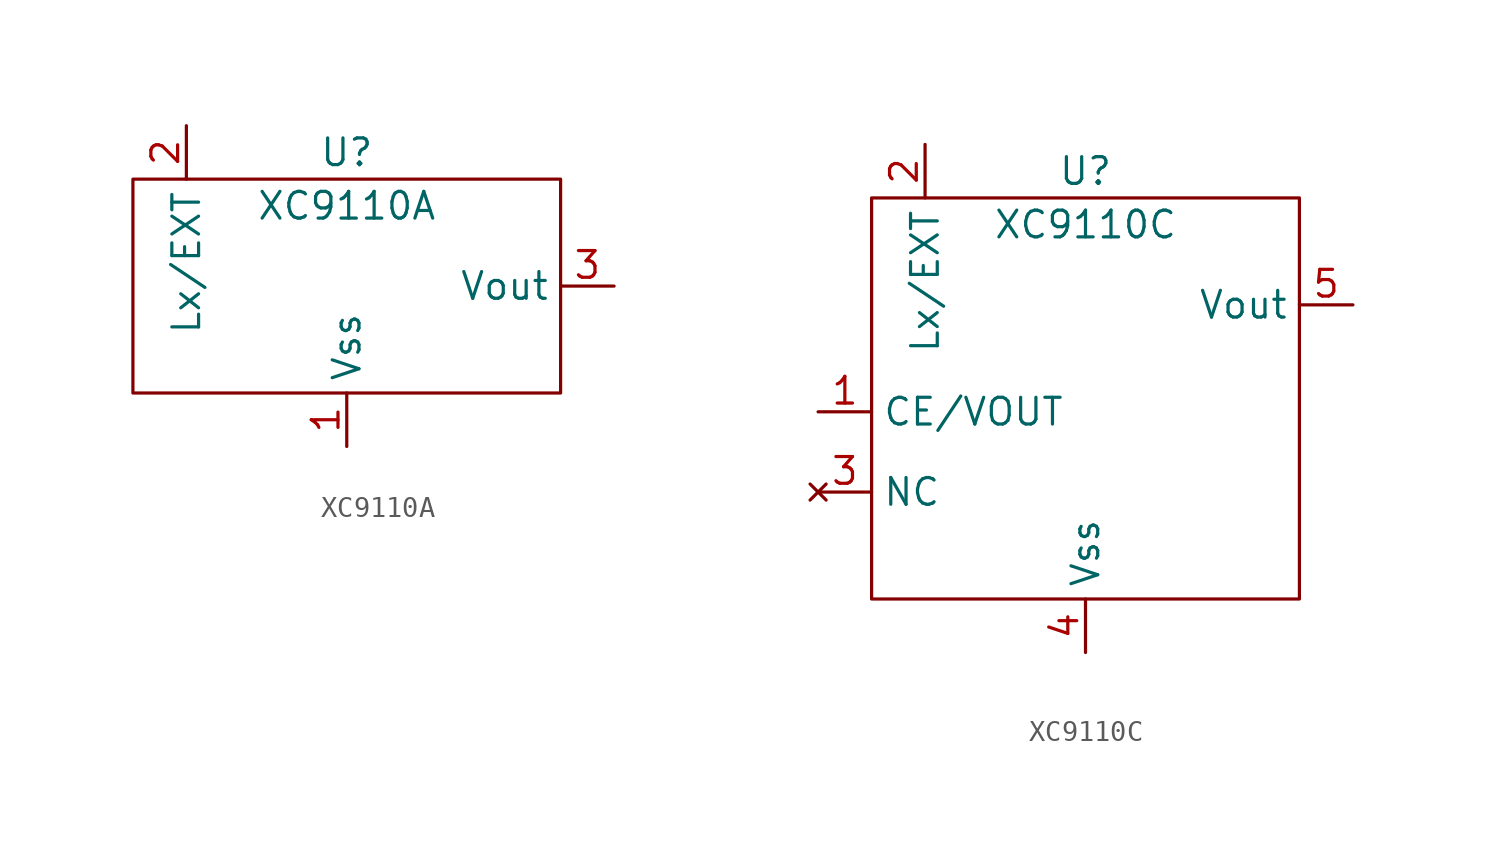
<source format=kicad_sym>
(kicad_symbol_lib
  (version 20211014)
  (generator kicad_symbol_editor)
  (symbol "XC9110A"
    (property "Reference" "U"
      (at 0 2.54 0)
      (effects (font (size 1.27 1.27))))
    (property "Value" "XC9110A"
      (at 0 0 0)
      (effects (font (size 1.27 1.27))))
    (symbol "XC9110A_0_1"
      (rectangle (start -10.16 1.27) (end 10.16 -8.89) (stroke (width 0) (type default) (color 0 0 0 0)) (fill (type none))))
    (symbol "XC9110A_1_1"
      (pin power_in line (at 0 -11.43 90) (length 2.54) (name "Vss" (effects (font (size 1.27 1.27)))) (number "1" (effects (font (size 1.27 1.27)))))
      (pin power_in line (at -7.62 3.81 270) (length 2.54) (name "Lx/EXT" (effects (font (size 1.27 1.27)))) (number "2" (effects (font (size 1.27 1.27)))))
      (pin power_out line (at 12.7 -3.81 180) (length 2.54) (name "Vout" (effects (font (size 1.27 1.27)))) (number "3" (effects (font (size 1.27 1.27)))))))
  (symbol "XC9110C"
    (property "Reference" "U"
      (at 0 2.54 0)
      (effects (font (size 1.27 1.27))))
    (property "Value" "XC9110C"
      (at 0 0 0)
      (effects (font (size 1.27 1.27))))
    (symbol "XC9110C_0_1"
      (rectangle (start -10.16 1.27) (end 10.16 -17.78) (stroke (width 0) (type default) (color 0 0 0 0)) (fill (type none))))
    (symbol "XC9110C_1_1"
      (pin input line (at -12.7 -8.89 0) (length 2.54) (name "CE/VOUT" (effects (font (size 1.27 1.27)))) (number "1" (effects (font (size 1.27 1.27)))))
      (pin power_in line (at -7.62 3.81 270) (length 2.54) (name "Lx/EXT" (effects (font (size 1.27 1.27)))) (number "2" (effects (font (size 1.27 1.27)))))
      (pin no_connect line (at -12.7 -12.7 0) (length 2.54) (name "NC" (effects (font (size 1.27 1.27)))) (number "3" (effects (font (size 1.27 1.27)))))
      (pin power_in line (at 0 -20.32 90) (length 2.54) (name "Vss" (effects (font (size 1.27 1.27)))) (number "4" (effects (font (size 1.27 1.27)))))
      (pin power_out line (at 12.7 -3.81 180) (length 2.54) (name "Vout" (effects (font (size 1.27 1.27)))) (number "5" (effects (font (size 1.27 1.27))))))))
</source>
